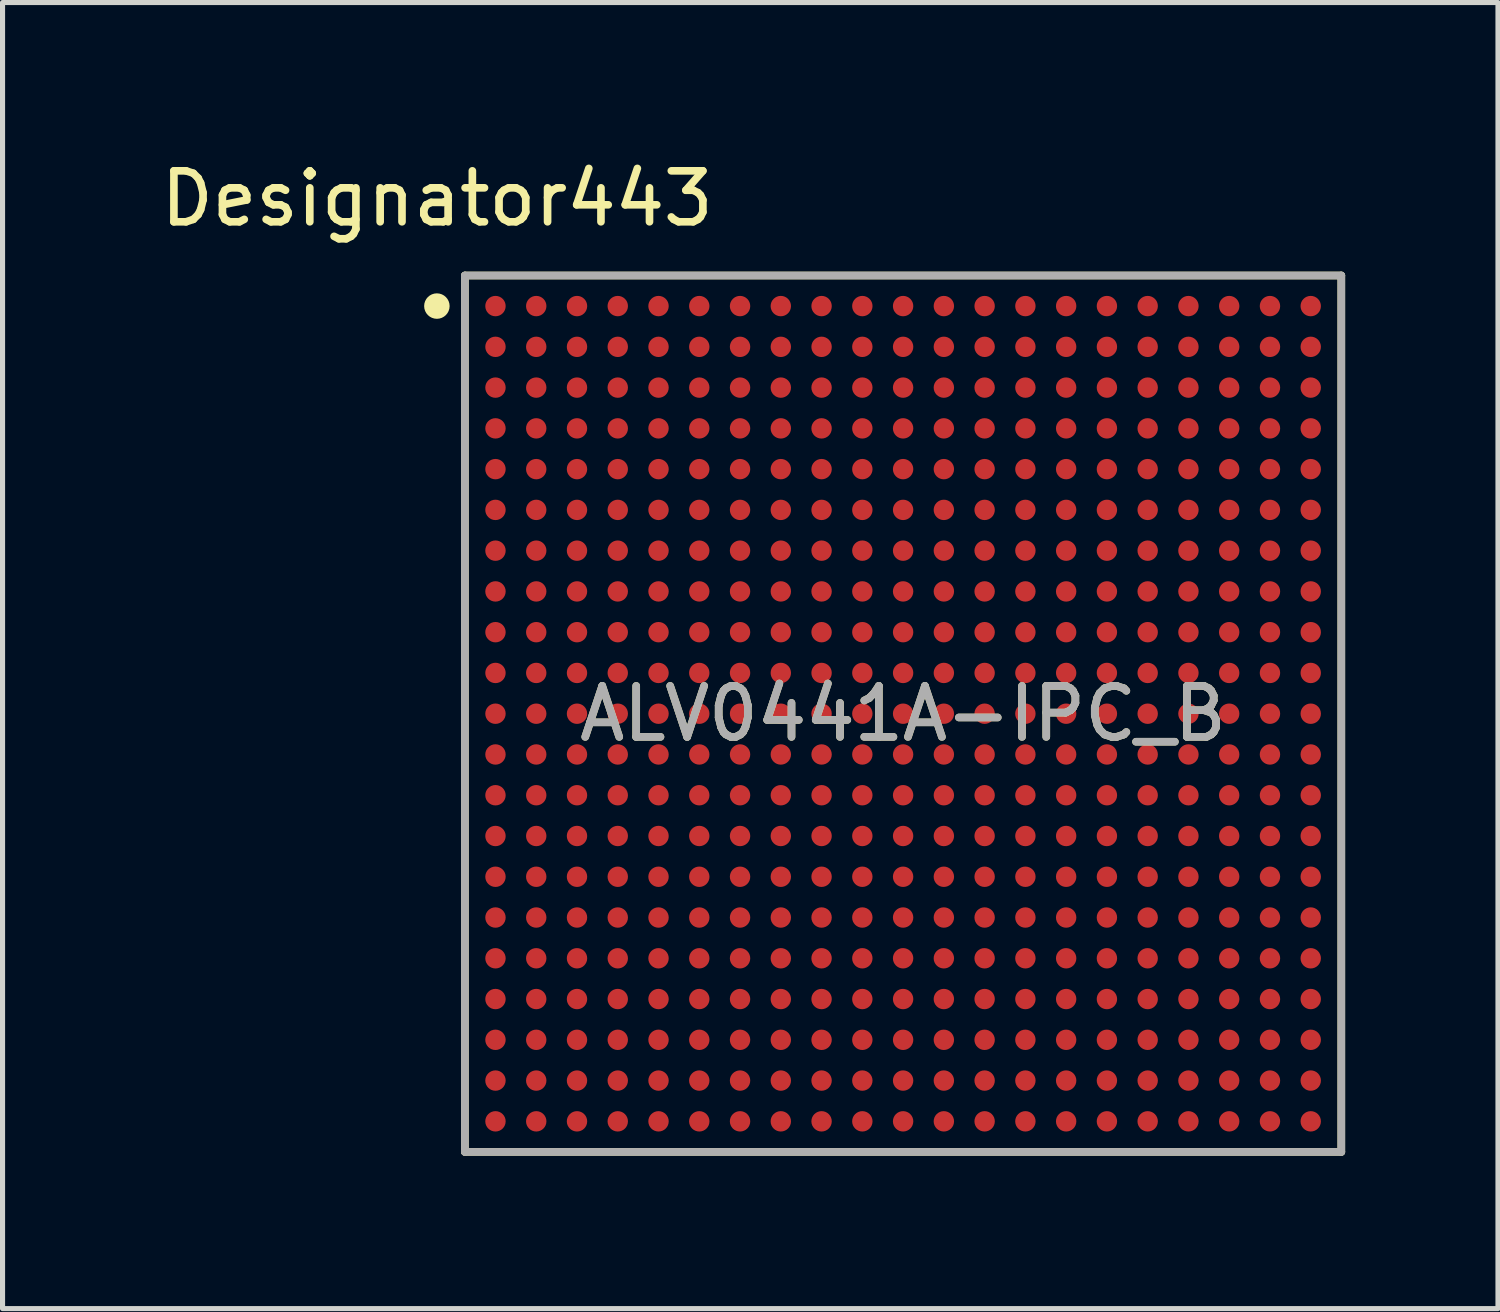
<source format=kicad_pcb>
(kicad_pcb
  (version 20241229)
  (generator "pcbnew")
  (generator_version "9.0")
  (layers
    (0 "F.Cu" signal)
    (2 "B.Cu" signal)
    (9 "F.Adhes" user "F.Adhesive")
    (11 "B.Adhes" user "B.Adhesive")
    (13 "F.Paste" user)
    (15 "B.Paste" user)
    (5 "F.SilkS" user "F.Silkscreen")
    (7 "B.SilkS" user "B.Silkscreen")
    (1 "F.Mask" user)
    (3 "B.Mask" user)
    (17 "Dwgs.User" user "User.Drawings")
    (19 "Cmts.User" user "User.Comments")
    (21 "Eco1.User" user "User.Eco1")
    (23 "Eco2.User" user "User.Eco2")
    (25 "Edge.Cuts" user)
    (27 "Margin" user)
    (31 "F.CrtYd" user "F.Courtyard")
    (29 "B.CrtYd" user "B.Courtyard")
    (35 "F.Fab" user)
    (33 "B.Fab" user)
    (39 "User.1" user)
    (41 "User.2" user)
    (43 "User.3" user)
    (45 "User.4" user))
  (footprint "ALV0441A-IPC_B"
    (layer "F.Cu")
    (at 14.674 10.957)
    (property "Reference" "ALV0441A-IPC_B" (at 0 0 0) (unlocked yes) (layer "F.SilkS") (effects (font (size 1 1) (thickness 0.15))))
    (attr smd)
    (fp_line (start -8.6 -8.6) (end 8.6 -8.6) (stroke (width 0.15) (type solid)) (layer "F.SilkS"))
    (fp_line (start -8.6 8.6) (end -8.6 -8.6) (stroke (width 0.15) (type solid)) (layer "F.SilkS"))
    (fp_line (start -8.6 8.6) (end 8.6 8.6) (stroke (width 0.15) (type solid)) (layer "F.SilkS"))
    (fp_line (start 8.6 8.6) (end 8.6 -8.6) (stroke (width 0.15) (type solid)) (layer "F.SilkS"))
    (fp_circle (center -9.15 -8) (end -9.025 -8) (stroke (width 0.25) (type solid)) (fill no) (layer "F.SilkS"))
    (fp_line (start -8.6 -8.6) (end 8.6 -8.6) (stroke (width 0.15) (type solid)) (layer "F.Fab"))
    (fp_line (start -8.6 8.6) (end -8.6 -8.6) (stroke (width 0.15) (type solid)) (layer "F.Fab"))
    (fp_line (start -8.6 8.6) (end 8.6 8.6) (stroke (width 0.15) (type solid)) (layer "F.Fab"))
    (fp_line (start 8.6 8.6) (end 8.6 -8.6) (stroke (width 0.15) (type solid)) (layer "F.Fab"))
    (fp_text user "Designator443" (at -9.144 -10.109 0) (unlocked yes) (layer "F.SilkS") (effects (font (size 1 1) (thickness 0.15))))
    (fp_text user "${REFERENCE}" (at 0 0 0) (unlocked yes) (layer "F.Fab") (effects (font (size 1 1) (thickness 0.15))))
    (pad "A1" smd circle (at -8 -8) (size 0.4 0.4) (layers "F.Cu" "F.Mask" "F.Paste"))
    (pad "A2" smd circle (at -7.2 -8) (size 0.4 0.4) (layers "F.Cu" "F.Mask" "F.Paste"))
    (pad "A3" smd circle (at -6.4 -8) (size 0.4 0.4) (layers "F.Cu" "F.Mask" "F.Paste"))
    (pad "A4" smd circle (at -5.6 -8) (size 0.4 0.4) (layers "F.Cu" "F.Mask" "F.Paste"))
    (pad "A5" smd circle (at -4.8 -8) (size 0.4 0.4) (layers "F.Cu" "F.Mask" "F.Paste"))
    (pad "A6" smd circle (at -4 -8) (size 0.4 0.4) (layers "F.Cu" "F.Mask" "F.Paste"))
    (pad "A7" smd circle (at -3.2 -8) (size 0.4 0.4) (layers "F.Cu" "F.Mask" "F.Paste"))
    (pad "A8" smd circle (at -2.4 -8) (size 0.4 0.4) (layers "F.Cu" "F.Mask" "F.Paste"))
    (pad "A9" smd circle (at -1.6 -8) (size 0.4 0.4) (layers "F.Cu" "F.Mask" "F.Paste"))
    (pad "A10" smd circle (at -0.8 -8) (size 0.4 0.4) (layers "F.Cu" "F.Mask" "F.Paste"))
    (pad "A11" smd circle (at 0 -8) (size 0.4 0.4) (layers "F.Cu" "F.Mask" "F.Paste"))
    (pad "A12" smd circle (at 0.8 -8) (size 0.4 0.4) (layers "F.Cu" "F.Mask" "F.Paste"))
    (pad "A13" smd circle (at 1.6 -8) (size 0.4 0.4) (layers "F.Cu" "F.Mask" "F.Paste"))
    (pad "A14" smd circle (at 2.4 -8) (size 0.4 0.4) (layers "F.Cu" "F.Mask" "F.Paste"))
    (pad "A15" smd circle (at 3.2 -8) (size 0.4 0.4) (layers "F.Cu" "F.Mask" "F.Paste"))
    (pad "A16" smd circle (at 4 -8) (size 0.4 0.4) (layers "F.Cu" "F.Mask" "F.Paste"))
    (pad "A17" smd circle (at 4.8 -8) (size 0.4 0.4) (layers "F.Cu" "F.Mask" "F.Paste"))
    (pad "A18" smd circle (at 5.6 -8) (size 0.4 0.4) (layers "F.Cu" "F.Mask" "F.Paste"))
    (pad "A19" smd circle (at 6.4 -8) (size 0.4 0.4) (layers "F.Cu" "F.Mask" "F.Paste"))
    (pad "A20" smd circle (at 7.2 -8) (size 0.4 0.4) (layers "F.Cu" "F.Mask" "F.Paste"))
    (pad "A21" smd circle (at 8 -8) (size 0.4 0.4) (layers "F.Cu" "F.Mask" "F.Paste"))
    (pad "AA1" smd circle (at -8 8) (size 0.4 0.4) (layers "F.Cu" "F.Mask" "F.Paste"))
    (pad "AA2" smd circle (at -7.2 8) (size 0.4 0.4) (layers "F.Cu" "F.Mask" "F.Paste"))
    (pad "AA3" smd circle (at -6.4 8) (size 0.4 0.4) (layers "F.Cu" "F.Mask" "F.Paste"))
    (pad "AA4" smd circle (at -5.6 8) (size 0.4 0.4) (layers "F.Cu" "F.Mask" "F.Paste"))
    (pad "AA5" smd circle (at -4.8 8) (size 0.4 0.4) (layers "F.Cu" "F.Mask" "F.Paste"))
    (pad "AA6" smd circle (at -4 8) (size 0.4 0.4) (layers "F.Cu" "F.Mask" "F.Paste"))
    (pad "AA7" smd circle (at -3.2 8) (size 0.4 0.4) (layers "F.Cu" "F.Mask" "F.Paste"))
    (pad "AA8" smd circle (at -2.4 8) (size 0.4 0.4) (layers "F.Cu" "F.Mask" "F.Paste"))
    (pad "AA9" smd circle (at -1.6 8) (size 0.4 0.4) (layers "F.Cu" "F.Mask" "F.Paste"))
    (pad "AA10" smd circle (at -0.8 8) (size 0.4 0.4) (layers "F.Cu" "F.Mask" "F.Paste"))
    (pad "AA11" smd circle (at 0 8) (size 0.4 0.4) (layers "F.Cu" "F.Mask" "F.Paste"))
    (pad "AA12" smd circle (at 0.8 8) (size 0.4 0.4) (layers "F.Cu" "F.Mask" "F.Paste"))
    (pad "AA13" smd circle (at 1.6 8) (size 0.4 0.4) (layers "F.Cu" "F.Mask" "F.Paste"))
    (pad "AA14" smd circle (at 2.4 8) (size 0.4 0.4) (layers "F.Cu" "F.Mask" "F.Paste"))
    (pad "AA15" smd circle (at 3.2 8) (size 0.4 0.4) (layers "F.Cu" "F.Mask" "F.Paste"))
    (pad "AA16" smd circle (at 4 8) (size 0.4 0.4) (layers "F.Cu" "F.Mask" "F.Paste"))
    (pad "AA17" smd circle (at 4.8 8) (size 0.4 0.4) (layers "F.Cu" "F.Mask" "F.Paste"))
    (pad "AA18" smd circle (at 5.6 8) (size 0.4 0.4) (layers "F.Cu" "F.Mask" "F.Paste"))
    (pad "AA19" smd circle (at 6.4 8) (size 0.4 0.4) (layers "F.Cu" "F.Mask" "F.Paste"))
    (pad "AA20" smd circle (at 7.2 8) (size 0.4 0.4) (layers "F.Cu" "F.Mask" "F.Paste"))
    (pad "AA21" smd circle (at 8 8) (size 0.4 0.4) (layers "F.Cu" "F.Mask" "F.Paste"))
    (pad "B1" smd circle (at -8 -7.2) (size 0.4 0.4) (layers "F.Cu" "F.Mask" "F.Paste"))
    (pad "B2" smd circle (at -7.2 -7.2) (size 0.4 0.4) (layers "F.Cu" "F.Mask" "F.Paste"))
    (pad "B3" smd circle (at -6.4 -7.2) (size 0.4 0.4) (layers "F.Cu" "F.Mask" "F.Paste"))
    (pad "B4" smd circle (at -5.6 -7.2) (size 0.4 0.4) (layers "F.Cu" "F.Mask" "F.Paste"))
    (pad "B5" smd circle (at -4.8 -7.2) (size 0.4 0.4) (layers "F.Cu" "F.Mask" "F.Paste"))
    (pad "B6" smd circle (at -4 -7.2) (size 0.4 0.4) (layers "F.Cu" "F.Mask" "F.Paste"))
    (pad "B7" smd circle (at -3.2 -7.2) (size 0.4 0.4) (layers "F.Cu" "F.Mask" "F.Paste"))
    (pad "B8" smd circle (at -2.4 -7.2) (size 0.4 0.4) (layers "F.Cu" "F.Mask" "F.Paste"))
    (pad "B9" smd circle (at -1.6 -7.2) (size 0.4 0.4) (layers "F.Cu" "F.Mask" "F.Paste"))
    (pad "B10" smd circle (at -0.8 -7.2) (size 0.4 0.4) (layers "F.Cu" "F.Mask" "F.Paste"))
    (pad "B11" smd circle (at 0 -7.2) (size 0.4 0.4) (layers "F.Cu" "F.Mask" "F.Paste"))
    (pad "B12" smd circle (at 0.8 -7.2) (size 0.4 0.4) (layers "F.Cu" "F.Mask" "F.Paste"))
    (pad "B13" smd circle (at 1.6 -7.2) (size 0.4 0.4) (layers "F.Cu" "F.Mask" "F.Paste"))
    (pad "B14" smd circle (at 2.4 -7.2) (size 0.4 0.4) (layers "F.Cu" "F.Mask" "F.Paste"))
    (pad "B15" smd circle (at 3.2 -7.2) (size 0.4 0.4) (layers "F.Cu" "F.Mask" "F.Paste"))
    (pad "B16" smd circle (at 4 -7.2) (size 0.4 0.4) (layers "F.Cu" "F.Mask" "F.Paste"))
    (pad "B17" smd circle (at 4.8 -7.2) (size 0.4 0.4) (layers "F.Cu" "F.Mask" "F.Paste"))
    (pad "B18" smd circle (at 5.6 -7.2) (size 0.4 0.4) (layers "F.Cu" "F.Mask" "F.Paste"))
    (pad "B19" smd circle (at 6.4 -7.2) (size 0.4 0.4) (layers "F.Cu" "F.Mask" "F.Paste"))
    (pad "B20" smd circle (at 7.2 -7.2) (size 0.4 0.4) (layers "F.Cu" "F.Mask" "F.Paste"))
    (pad "B21" smd circle (at 8 -7.2) (size 0.4 0.4) (layers "F.Cu" "F.Mask" "F.Paste"))
    (pad "C1" smd circle (at -8 -6.4) (size 0.4 0.4) (layers "F.Cu" "F.Mask" "F.Paste"))
    (pad "C2" smd circle (at -7.2 -6.4) (size 0.4 0.4) (layers "F.Cu" "F.Mask" "F.Paste"))
    (pad "C3" smd circle (at -6.4 -6.4) (size 0.4 0.4) (layers "F.Cu" "F.Mask" "F.Paste"))
    (pad "C4" smd circle (at -5.6 -6.4) (size 0.4 0.4) (layers "F.Cu" "F.Mask" "F.Paste"))
    (pad "C5" smd circle (at -4.8 -6.4) (size 0.4 0.4) (layers "F.Cu" "F.Mask" "F.Paste"))
    (pad "C6" smd circle (at -4 -6.4) (size 0.4 0.4) (layers "F.Cu" "F.Mask" "F.Paste"))
    (pad "C7" smd circle (at -3.2 -6.4) (size 0.4 0.4) (layers "F.Cu" "F.Mask" "F.Paste"))
    (pad "C8" smd circle (at -2.4 -6.4) (size 0.4 0.4) (layers "F.Cu" "F.Mask" "F.Paste"))
    (pad "C9" smd circle (at -1.6 -6.4) (size 0.4 0.4) (layers "F.Cu" "F.Mask" "F.Paste"))
    (pad "C10" smd circle (at -0.8 -6.4) (size 0.4 0.4) (layers "F.Cu" "F.Mask" "F.Paste"))
    (pad "C11" smd circle (at 0 -6.4) (size 0.4 0.4) (layers "F.Cu" "F.Mask" "F.Paste"))
    (pad "C12" smd circle (at 0.8 -6.4) (size 0.4 0.4) (layers "F.Cu" "F.Mask" "F.Paste"))
    (pad "C13" smd circle (at 1.6 -6.4) (size 0.4 0.4) (layers "F.Cu" "F.Mask" "F.Paste"))
    (pad "C14" smd circle (at 2.4 -6.4) (size 0.4 0.4) (layers "F.Cu" "F.Mask" "F.Paste"))
    (pad "C15" smd circle (at 3.2 -6.4) (size 0.4 0.4) (layers "F.Cu" "F.Mask" "F.Paste"))
    (pad "C16" smd circle (at 4 -6.4) (size 0.4 0.4) (layers "F.Cu" "F.Mask" "F.Paste"))
    (pad "C17" smd circle (at 4.8 -6.4) (size 0.4 0.4) (layers "F.Cu" "F.Mask" "F.Paste"))
    (pad "C18" smd circle (at 5.6 -6.4) (size 0.4 0.4) (layers "F.Cu" "F.Mask" "F.Paste"))
    (pad "C19" smd circle (at 6.4 -6.4) (size 0.4 0.4) (layers "F.Cu" "F.Mask" "F.Paste"))
    (pad "C20" smd circle (at 7.2 -6.4) (size 0.4 0.4) (layers "F.Cu" "F.Mask" "F.Paste"))
    (pad "C21" smd circle (at 8 -6.4) (size 0.4 0.4) (layers "F.Cu" "F.Mask" "F.Paste"))
    (pad "D1" smd circle (at -8 -5.6) (size 0.4 0.4) (layers "F.Cu" "F.Mask" "F.Paste"))
    (pad "D2" smd circle (at -7.2 -5.6) (size 0.4 0.4) (layers "F.Cu" "F.Mask" "F.Paste"))
    (pad "D3" smd circle (at -6.4 -5.6) (size 0.4 0.4) (layers "F.Cu" "F.Mask" "F.Paste"))
    (pad "D4" smd circle (at -5.6 -5.6) (size 0.4 0.4) (layers "F.Cu" "F.Mask" "F.Paste"))
    (pad "D5" smd circle (at -4.8 -5.6) (size 0.4 0.4) (layers "F.Cu" "F.Mask" "F.Paste"))
    (pad "D6" smd circle (at -4 -5.6) (size 0.4 0.4) (layers "F.Cu" "F.Mask" "F.Paste"))
    (pad "D7" smd circle (at -3.2 -5.6) (size 0.4 0.4) (layers "F.Cu" "F.Mask" "F.Paste"))
    (pad "D8" smd circle (at -2.4 -5.6) (size 0.4 0.4) (layers "F.Cu" "F.Mask" "F.Paste"))
    (pad "D9" smd circle (at -1.6 -5.6) (size 0.4 0.4) (layers "F.Cu" "F.Mask" "F.Paste"))
    (pad "D10" smd circle (at -0.8 -5.6) (size 0.4 0.4) (layers "F.Cu" "F.Mask" "F.Paste"))
    (pad "D11" smd circle (at 0 -5.6) (size 0.4 0.4) (layers "F.Cu" "F.Mask" "F.Paste"))
    (pad "D12" smd circle (at 0.8 -5.6) (size 0.4 0.4) (layers "F.Cu" "F.Mask" "F.Paste"))
    (pad "D13" smd circle (at 1.6 -5.6) (size 0.4 0.4) (layers "F.Cu" "F.Mask" "F.Paste"))
    (pad "D14" smd circle (at 2.4 -5.6) (size 0.4 0.4) (layers "F.Cu" "F.Mask" "F.Paste"))
    (pad "D15" smd circle (at 3.2 -5.6) (size 0.4 0.4) (layers "F.Cu" "F.Mask" "F.Paste"))
    (pad "D16" smd circle (at 4 -5.6) (size 0.4 0.4) (layers "F.Cu" "F.Mask" "F.Paste"))
    (pad "D17" smd circle (at 4.8 -5.6) (size 0.4 0.4) (layers "F.Cu" "F.Mask" "F.Paste"))
    (pad "D18" smd circle (at 5.6 -5.6) (size 0.4 0.4) (layers "F.Cu" "F.Mask" "F.Paste"))
    (pad "D19" smd circle (at 6.4 -5.6) (size 0.4 0.4) (layers "F.Cu" "F.Mask" "F.Paste"))
    (pad "D20" smd circle (at 7.2 -5.6) (size 0.4 0.4) (layers "F.Cu" "F.Mask" "F.Paste"))
    (pad "D21" smd circle (at 8 -5.6) (size 0.4 0.4) (layers "F.Cu" "F.Mask" "F.Paste"))
    (pad "E1" smd circle (at -8 -4.8) (size 0.4 0.4) (layers "F.Cu" "F.Mask" "F.Paste"))
    (pad "E2" smd circle (at -7.2 -4.8) (size 0.4 0.4) (layers "F.Cu" "F.Mask" "F.Paste"))
    (pad "E3" smd circle (at -6.4 -4.8) (size 0.4 0.4) (layers "F.Cu" "F.Mask" "F.Paste"))
    (pad "E4" smd circle (at -5.6 -4.8) (size 0.4 0.4) (layers "F.Cu" "F.Mask" "F.Paste"))
    (pad "E5" smd circle (at -4.8 -4.8) (size 0.4 0.4) (layers "F.Cu" "F.Mask" "F.Paste"))
    (pad "E6" smd circle (at -4 -4.8) (size 0.4 0.4) (layers "F.Cu" "F.Mask" "F.Paste"))
    (pad "E7" smd circle (at -3.2 -4.8) (size 0.4 0.4) (layers "F.Cu" "F.Mask" "F.Paste"))
    (pad "E8" smd circle (at -2.4 -4.8) (size 0.4 0.4) (layers "F.Cu" "F.Mask" "F.Paste"))
    (pad "E9" smd circle (at -1.6 -4.8) (size 0.4 0.4) (layers "F.Cu" "F.Mask" "F.Paste"))
    (pad "E10" smd circle (at -0.8 -4.8) (size 0.4 0.4) (layers "F.Cu" "F.Mask" "F.Paste"))
    (pad "E11" smd circle (at 0 -4.8) (size 0.4 0.4) (layers "F.Cu" "F.Mask" "F.Paste"))
    (pad "E12" smd circle (at 0.8 -4.8) (size 0.4 0.4) (layers "F.Cu" "F.Mask" "F.Paste"))
    (pad "E13" smd circle (at 1.6 -4.8) (size 0.4 0.4) (layers "F.Cu" "F.Mask" "F.Paste"))
    (pad "E14" smd circle (at 2.4 -4.8) (size 0.4 0.4) (layers "F.Cu" "F.Mask" "F.Paste"))
    (pad "E15" smd circle (at 3.2 -4.8) (size 0.4 0.4) (layers "F.Cu" "F.Mask" "F.Paste"))
    (pad "E16" smd circle (at 4 -4.8) (size 0.4 0.4) (layers "F.Cu" "F.Mask" "F.Paste"))
    (pad "E17" smd circle (at 4.8 -4.8) (size 0.4 0.4) (layers "F.Cu" "F.Mask" "F.Paste"))
    (pad "E18" smd circle (at 5.6 -4.8) (size 0.4 0.4) (layers "F.Cu" "F.Mask" "F.Paste"))
    (pad "E19" smd circle (at 6.4 -4.8) (size 0.4 0.4) (layers "F.Cu" "F.Mask" "F.Paste"))
    (pad "E20" smd circle (at 7.2 -4.8) (size 0.4 0.4) (layers "F.Cu" "F.Mask" "F.Paste"))
    (pad "E21" smd circle (at 8 -4.8) (size 0.4 0.4) (layers "F.Cu" "F.Mask" "F.Paste"))
    (pad "F1" smd circle (at -8 -4) (size 0.4 0.4) (layers "F.Cu" "F.Mask" "F.Paste"))
    (pad "F2" smd circle (at -7.2 -4) (size 0.4 0.4) (layers "F.Cu" "F.Mask" "F.Paste"))
    (pad "F3" smd circle (at -6.4 -4) (size 0.4 0.4) (layers "F.Cu" "F.Mask" "F.Paste"))
    (pad "F4" smd circle (at -5.6 -4) (size 0.4 0.4) (layers "F.Cu" "F.Mask" "F.Paste"))
    (pad "F5" smd circle (at -4.8 -4) (size 0.4 0.4) (layers "F.Cu" "F.Mask" "F.Paste"))
    (pad "F6" smd circle (at -4 -4) (size 0.4 0.4) (layers "F.Cu" "F.Mask" "F.Paste"))
    (pad "F7" smd circle (at -3.2 -4) (size 0.4 0.4) (layers "F.Cu" "F.Mask" "F.Paste"))
    (pad "F8" smd circle (at -2.4 -4) (size 0.4 0.4) (layers "F.Cu" "F.Mask" "F.Paste"))
    (pad "F9" smd circle (at -1.6 -4) (size 0.4 0.4) (layers "F.Cu" "F.Mask" "F.Paste"))
    (pad "F10" smd circle (at -0.8 -4) (size 0.4 0.4) (layers "F.Cu" "F.Mask" "F.Paste"))
    (pad "F11" smd circle (at 0 -4) (size 0.4 0.4) (layers "F.Cu" "F.Mask" "F.Paste"))
    (pad "F12" smd circle (at 0.8 -4) (size 0.4 0.4) (layers "F.Cu" "F.Mask" "F.Paste"))
    (pad "F13" smd circle (at 1.6 -4) (size 0.4 0.4) (layers "F.Cu" "F.Mask" "F.Paste"))
    (pad "F14" smd circle (at 2.4 -4) (size 0.4 0.4) (layers "F.Cu" "F.Mask" "F.Paste"))
    (pad "F15" smd circle (at 3.2 -4) (size 0.4 0.4) (layers "F.Cu" "F.Mask" "F.Paste"))
    (pad "F16" smd circle (at 4 -4) (size 0.4 0.4) (layers "F.Cu" "F.Mask" "F.Paste"))
    (pad "F17" smd circle (at 4.8 -4) (size 0.4 0.4) (layers "F.Cu" "F.Mask" "F.Paste"))
    (pad "F18" smd circle (at 5.6 -4) (size 0.4 0.4) (layers "F.Cu" "F.Mask" "F.Paste"))
    (pad "F19" smd circle (at 6.4 -4) (size 0.4 0.4) (layers "F.Cu" "F.Mask" "F.Paste"))
    (pad "F20" smd circle (at 7.2 -4) (size 0.4 0.4) (layers "F.Cu" "F.Mask" "F.Paste"))
    (pad "F21" smd circle (at 8 -4) (size 0.4 0.4) (layers "F.Cu" "F.Mask" "F.Paste"))
    (pad "G1" smd circle (at -8 -3.2) (size 0.4 0.4) (layers "F.Cu" "F.Mask" "F.Paste"))
    (pad "G2" smd circle (at -7.2 -3.2) (size 0.4 0.4) (layers "F.Cu" "F.Mask" "F.Paste"))
    (pad "G3" smd circle (at -6.4 -3.2) (size 0.4 0.4) (layers "F.Cu" "F.Mask" "F.Paste"))
    (pad "G4" smd circle (at -5.6 -3.2) (size 0.4 0.4) (layers "F.Cu" "F.Mask" "F.Paste"))
    (pad "G5" smd circle (at -4.8 -3.2) (size 0.4 0.4) (layers "F.Cu" "F.Mask" "F.Paste"))
    (pad "G6" smd circle (at -4 -3.2) (size 0.4 0.4) (layers "F.Cu" "F.Mask" "F.Paste"))
    (pad "G7" smd circle (at -3.2 -3.2) (size 0.4 0.4) (layers "F.Cu" "F.Mask" "F.Paste"))
    (pad "G8" smd circle (at -2.4 -3.2) (size 0.4 0.4) (layers "F.Cu" "F.Mask" "F.Paste"))
    (pad "G9" smd circle (at -1.6 -3.2) (size 0.4 0.4) (layers "F.Cu" "F.Mask" "F.Paste"))
    (pad "G10" smd circle (at -0.8 -3.2) (size 0.4 0.4) (layers "F.Cu" "F.Mask" "F.Paste"))
    (pad "G11" smd circle (at 0 -3.2) (size 0.4 0.4) (layers "F.Cu" "F.Mask" "F.Paste"))
    (pad "G12" smd circle (at 0.8 -3.2) (size 0.4 0.4) (layers "F.Cu" "F.Mask" "F.Paste"))
    (pad "G13" smd circle (at 1.6 -3.2) (size 0.4 0.4) (layers "F.Cu" "F.Mask" "F.Paste"))
    (pad "G14" smd circle (at 2.4 -3.2) (size 0.4 0.4) (layers "F.Cu" "F.Mask" "F.Paste"))
    (pad "G15" smd circle (at 3.2 -3.2) (size 0.4 0.4) (layers "F.Cu" "F.Mask" "F.Paste"))
    (pad "G16" smd circle (at 4 -3.2) (size 0.4 0.4) (layers "F.Cu" "F.Mask" "F.Paste"))
    (pad "G17" smd circle (at 4.8 -3.2) (size 0.4 0.4) (layers "F.Cu" "F.Mask" "F.Paste"))
    (pad "G18" smd circle (at 5.6 -3.2) (size 0.4 0.4) (layers "F.Cu" "F.Mask" "F.Paste"))
    (pad "G19" smd circle (at 6.4 -3.2) (size 0.4 0.4) (layers "F.Cu" "F.Mask" "F.Paste"))
    (pad "G20" smd circle (at 7.2 -3.2) (size 0.4 0.4) (layers "F.Cu" "F.Mask" "F.Paste"))
    (pad "G21" smd circle (at 8 -3.2) (size 0.4 0.4) (layers "F.Cu" "F.Mask" "F.Paste"))
    (pad "H1" smd circle (at -8 -2.4) (size 0.4 0.4) (layers "F.Cu" "F.Mask" "F.Paste"))
    (pad "H2" smd circle (at -7.2 -2.4) (size 0.4 0.4) (layers "F.Cu" "F.Mask" "F.Paste"))
    (pad "H3" smd circle (at -6.4 -2.4) (size 0.4 0.4) (layers "F.Cu" "F.Mask" "F.Paste"))
    (pad "H4" smd circle (at -5.6 -2.4) (size 0.4 0.4) (layers "F.Cu" "F.Mask" "F.Paste"))
    (pad "H5" smd circle (at -4.8 -2.4) (size 0.4 0.4) (layers "F.Cu" "F.Mask" "F.Paste"))
    (pad "H6" smd circle (at -4 -2.4) (size 0.4 0.4) (layers "F.Cu" "F.Mask" "F.Paste"))
    (pad "H7" smd circle (at -3.2 -2.4) (size 0.4 0.4) (layers "F.Cu" "F.Mask" "F.Paste"))
    (pad "H8" smd circle (at -2.4 -2.4) (size 0.4 0.4) (layers "F.Cu" "F.Mask" "F.Paste"))
    (pad "H9" smd circle (at -1.6 -2.4) (size 0.4 0.4) (layers "F.Cu" "F.Mask" "F.Paste"))
    (pad "H10" smd circle (at -0.8 -2.4) (size 0.4 0.4) (layers "F.Cu" "F.Mask" "F.Paste"))
    (pad "H11" smd circle (at 0 -2.4) (size 0.4 0.4) (layers "F.Cu" "F.Mask" "F.Paste"))
    (pad "H12" smd circle (at 0.8 -2.4) (size 0.4 0.4) (layers "F.Cu" "F.Mask" "F.Paste"))
    (pad "H13" smd circle (at 1.6 -2.4) (size 0.4 0.4) (layers "F.Cu" "F.Mask" "F.Paste"))
    (pad "H14" smd circle (at 2.4 -2.4) (size 0.4 0.4) (layers "F.Cu" "F.Mask" "F.Paste"))
    (pad "H15" smd circle (at 3.2 -2.4) (size 0.4 0.4) (layers "F.Cu" "F.Mask" "F.Paste"))
    (pad "H16" smd circle (at 4 -2.4) (size 0.4 0.4) (layers "F.Cu" "F.Mask" "F.Paste"))
    (pad "H17" smd circle (at 4.8 -2.4) (size 0.4 0.4) (layers "F.Cu" "F.Mask" "F.Paste"))
    (pad "H18" smd circle (at 5.6 -2.4) (size 0.4 0.4) (layers "F.Cu" "F.Mask" "F.Paste"))
    (pad "H19" smd circle (at 6.4 -2.4) (size 0.4 0.4) (layers "F.Cu" "F.Mask" "F.Paste"))
    (pad "H20" smd circle (at 7.2 -2.4) (size 0.4 0.4) (layers "F.Cu" "F.Mask" "F.Paste"))
    (pad "H21" smd circle (at 8 -2.4) (size 0.4 0.4) (layers "F.Cu" "F.Mask" "F.Paste"))
    (pad "J1" smd circle (at -8 -1.6) (size 0.4 0.4) (layers "F.Cu" "F.Mask" "F.Paste"))
    (pad "J2" smd circle (at -7.2 -1.6) (size 0.4 0.4) (layers "F.Cu" "F.Mask" "F.Paste"))
    (pad "J3" smd circle (at -6.4 -1.6) (size 0.4 0.4) (layers "F.Cu" "F.Mask" "F.Paste"))
    (pad "J4" smd circle (at -5.6 -1.6) (size 0.4 0.4) (layers "F.Cu" "F.Mask" "F.Paste"))
    (pad "J5" smd circle (at -4.8 -1.6) (size 0.4 0.4) (layers "F.Cu" "F.Mask" "F.Paste"))
    (pad "J6" smd circle (at -4 -1.6) (size 0.4 0.4) (layers "F.Cu" "F.Mask" "F.Paste"))
    (pad "J7" smd circle (at -3.2 -1.6) (size 0.4 0.4) (layers "F.Cu" "F.Mask" "F.Paste"))
    (pad "J8" smd circle (at -2.4 -1.6) (size 0.4 0.4) (layers "F.Cu" "F.Mask" "F.Paste"))
    (pad "J9" smd circle (at -1.6 -1.6) (size 0.4 0.4) (layers "F.Cu" "F.Mask" "F.Paste"))
    (pad "J10" smd circle (at -0.8 -1.6) (size 0.4 0.4) (layers "F.Cu" "F.Mask" "F.Paste"))
    (pad "J11" smd circle (at 0 -1.6) (size 0.4 0.4) (layers "F.Cu" "F.Mask" "F.Paste"))
    (pad "J12" smd circle (at 0.8 -1.6) (size 0.4 0.4) (layers "F.Cu" "F.Mask" "F.Paste"))
    (pad "J13" smd circle (at 1.6 -1.6) (size 0.4 0.4) (layers "F.Cu" "F.Mask" "F.Paste"))
    (pad "J14" smd circle (at 2.4 -1.6) (size 0.4 0.4) (layers "F.Cu" "F.Mask" "F.Paste"))
    (pad "J15" smd circle (at 3.2 -1.6) (size 0.4 0.4) (layers "F.Cu" "F.Mask" "F.Paste"))
    (pad "J16" smd circle (at 4 -1.6) (size 0.4 0.4) (layers "F.Cu" "F.Mask" "F.Paste"))
    (pad "J17" smd circle (at 4.8 -1.6) (size 0.4 0.4) (layers "F.Cu" "F.Mask" "F.Paste"))
    (pad "J18" smd circle (at 5.6 -1.6) (size 0.4 0.4) (layers "F.Cu" "F.Mask" "F.Paste"))
    (pad "J19" smd circle (at 6.4 -1.6) (size 0.4 0.4) (layers "F.Cu" "F.Mask" "F.Paste"))
    (pad "J20" smd circle (at 7.2 -1.6) (size 0.4 0.4) (layers "F.Cu" "F.Mask" "F.Paste"))
    (pad "J21" smd circle (at 8 -1.6) (size 0.4 0.4) (layers "F.Cu" "F.Mask" "F.Paste"))
    (pad "K1" smd circle (at -8 -0.8) (size 0.4 0.4) (layers "F.Cu" "F.Mask" "F.Paste"))
    (pad "K2" smd circle (at -7.2 -0.8) (size 0.4 0.4) (layers "F.Cu" "F.Mask" "F.Paste"))
    (pad "K3" smd circle (at -6.4 -0.8) (size 0.4 0.4) (layers "F.Cu" "F.Mask" "F.Paste"))
    (pad "K4" smd circle (at -5.6 -0.8) (size 0.4 0.4) (layers "F.Cu" "F.Mask" "F.Paste"))
    (pad "K5" smd circle (at -4.8 -0.8) (size 0.4 0.4) (layers "F.Cu" "F.Mask" "F.Paste"))
    (pad "K6" smd circle (at -4 -0.8) (size 0.4 0.4) (layers "F.Cu" "F.Mask" "F.Paste"))
    (pad "K7" smd circle (at -3.2 -0.8) (size 0.4 0.4) (layers "F.Cu" "F.Mask" "F.Paste"))
    (pad "K8" smd circle (at -2.4 -0.8) (size 0.4 0.4) (layers "F.Cu" "F.Mask" "F.Paste"))
    (pad "K9" smd circle (at -1.6 -0.8) (size 0.4 0.4) (layers "F.Cu" "F.Mask" "F.Paste"))
    (pad "K10" smd circle (at -0.8 -0.8) (size 0.4 0.4) (layers "F.Cu" "F.Mask" "F.Paste"))
    (pad "K11" smd circle (at 0 -0.8) (size 0.4 0.4) (layers "F.Cu" "F.Mask" "F.Paste"))
    (pad "K12" smd circle (at 0.8 -0.8) (size 0.4 0.4) (layers "F.Cu" "F.Mask" "F.Paste"))
    (pad "K13" smd circle (at 1.6 -0.8) (size 0.4 0.4) (layers "F.Cu" "F.Mask" "F.Paste"))
    (pad "K14" smd circle (at 2.4 -0.8) (size 0.4 0.4) (layers "F.Cu" "F.Mask" "F.Paste"))
    (pad "K15" smd circle (at 3.2 -0.8) (size 0.4 0.4) (layers "F.Cu" "F.Mask" "F.Paste"))
    (pad "K16" smd circle (at 4 -0.8) (size 0.4 0.4) (layers "F.Cu" "F.Mask" "F.Paste"))
    (pad "K17" smd circle (at 4.8 -0.8) (size 0.4 0.4) (layers "F.Cu" "F.Mask" "F.Paste"))
    (pad "K18" smd circle (at 5.6 -0.8) (size 0.4 0.4) (layers "F.Cu" "F.Mask" "F.Paste"))
    (pad "K19" smd circle (at 6.4 -0.8) (size 0.4 0.4) (layers "F.Cu" "F.Mask" "F.Paste"))
    (pad "K20" smd circle (at 7.2 -0.8) (size 0.4 0.4) (layers "F.Cu" "F.Mask" "F.Paste"))
    (pad "K21" smd circle (at 8 -0.8) (size 0.4 0.4) (layers "F.Cu" "F.Mask" "F.Paste"))
    (pad "L1" smd circle (at -8 0) (size 0.4 0.4) (layers "F.Cu" "F.Mask" "F.Paste"))
    (pad "L2" smd circle (at -7.2 0) (size 0.4 0.4) (layers "F.Cu" "F.Mask" "F.Paste"))
    (pad "L3" smd circle (at -6.4 0) (size 0.4 0.4) (layers "F.Cu" "F.Mask" "F.Paste"))
    (pad "L4" smd circle (at -5.6 0) (size 0.4 0.4) (layers "F.Cu" "F.Mask" "F.Paste"))
    (pad "L5" smd circle (at -4.8 0) (size 0.4 0.4) (layers "F.Cu" "F.Mask" "F.Paste"))
    (pad "L6" smd circle (at -4 0) (size 0.4 0.4) (layers "F.Cu" "F.Mask" "F.Paste"))
    (pad "L7" smd circle (at -3.2 0) (size 0.4 0.4) (layers "F.Cu" "F.Mask" "F.Paste"))
    (pad "L8" smd circle (at -2.4 0) (size 0.4 0.4) (layers "F.Cu" "F.Mask" "F.Paste"))
    (pad "L9" smd circle (at -1.6 0) (size 0.4 0.4) (layers "F.Cu" "F.Mask" "F.Paste"))
    (pad "L10" smd circle (at -0.8 0) (size 0.4 0.4) (layers "F.Cu" "F.Mask" "F.Paste"))
    (pad "L11" smd circle (at 0 0) (size 0.4 0.4) (layers "F.Cu" "F.Mask" "F.Paste"))
    (pad "L12" smd circle (at 0.8 0) (size 0.4 0.4) (layers "F.Cu" "F.Mask" "F.Paste"))
    (pad "L13" smd circle (at 1.6 0) (size 0.4 0.4) (layers "F.Cu" "F.Mask" "F.Paste"))
    (pad "L14" smd circle (at 2.4 0) (size 0.4 0.4) (layers "F.Cu" "F.Mask" "F.Paste"))
    (pad "L15" smd circle (at 3.2 0) (size 0.4 0.4) (layers "F.Cu" "F.Mask" "F.Paste"))
    (pad "L16" smd circle (at 4 0) (size 0.4 0.4) (layers "F.Cu" "F.Mask" "F.Paste"))
    (pad "L17" smd circle (at 4.8 0) (size 0.4 0.4) (layers "F.Cu" "F.Mask" "F.Paste"))
    (pad "L18" smd circle (at 5.6 0) (size 0.4 0.4) (layers "F.Cu" "F.Mask" "F.Paste"))
    (pad "L19" smd circle (at 6.4 0) (size 0.4 0.4) (layers "F.Cu" "F.Mask" "F.Paste"))
    (pad "L20" smd circle (at 7.2 0) (size 0.4 0.4) (layers "F.Cu" "F.Mask" "F.Paste"))
    (pad "L21" smd circle (at 8 0) (size 0.4 0.4) (layers "F.Cu" "F.Mask" "F.Paste"))
    (pad "M1" smd circle (at -8 0.8) (size 0.4 0.4) (layers "F.Cu" "F.Mask" "F.Paste"))
    (pad "M2" smd circle (at -7.2 0.8) (size 0.4 0.4) (layers "F.Cu" "F.Mask" "F.Paste"))
    (pad "M3" smd circle (at -6.4 0.8) (size 0.4 0.4) (layers "F.Cu" "F.Mask" "F.Paste"))
    (pad "M4" smd circle (at -5.6 0.8) (size 0.4 0.4) (layers "F.Cu" "F.Mask" "F.Paste"))
    (pad "M5" smd circle (at -4.8 0.8) (size 0.4 0.4) (layers "F.Cu" "F.Mask" "F.Paste"))
    (pad "M6" smd circle (at -4 0.8) (size 0.4 0.4) (layers "F.Cu" "F.Mask" "F.Paste"))
    (pad "M7" smd circle (at -3.2 0.8) (size 0.4 0.4) (layers "F.Cu" "F.Mask" "F.Paste"))
    (pad "M8" smd circle (at -2.4 0.8) (size 0.4 0.4) (layers "F.Cu" "F.Mask" "F.Paste"))
    (pad "M9" smd circle (at -1.6 0.8) (size 0.4 0.4) (layers "F.Cu" "F.Mask" "F.Paste"))
    (pad "M10" smd circle (at -0.8 0.8) (size 0.4 0.4) (layers "F.Cu" "F.Mask" "F.Paste"))
    (pad "M11" smd circle (at 0 0.8) (size 0.4 0.4) (layers "F.Cu" "F.Mask" "F.Paste"))
    (pad "M12" smd circle (at 0.8 0.8) (size 0.4 0.4) (layers "F.Cu" "F.Mask" "F.Paste"))
    (pad "M13" smd circle (at 1.6 0.8) (size 0.4 0.4) (layers "F.Cu" "F.Mask" "F.Paste"))
    (pad "M14" smd circle (at 2.4 0.8) (size 0.4 0.4) (layers "F.Cu" "F.Mask" "F.Paste"))
    (pad "M15" smd circle (at 3.2 0.8) (size 0.4 0.4) (layers "F.Cu" "F.Mask" "F.Paste"))
    (pad "M16" smd circle (at 4 0.8) (size 0.4 0.4) (layers "F.Cu" "F.Mask" "F.Paste"))
    (pad "M17" smd circle (at 4.8 0.8) (size 0.4 0.4) (layers "F.Cu" "F.Mask" "F.Paste"))
    (pad "M18" smd circle (at 5.6 0.8) (size 0.4 0.4) (layers "F.Cu" "F.Mask" "F.Paste"))
    (pad "M19" smd circle (at 6.4 0.8) (size 0.4 0.4) (layers "F.Cu" "F.Mask" "F.Paste"))
    (pad "M20" smd circle (at 7.2 0.8) (size 0.4 0.4) (layers "F.Cu" "F.Mask" "F.Paste"))
    (pad "M21" smd circle (at 8 0.8) (size 0.4 0.4) (layers "F.Cu" "F.Mask" "F.Paste"))
    (pad "N1" smd circle (at -8 1.6) (size 0.4 0.4) (layers "F.Cu" "F.Mask" "F.Paste"))
    (pad "N2" smd circle (at -7.2 1.6) (size 0.4 0.4) (layers "F.Cu" "F.Mask" "F.Paste"))
    (pad "N3" smd circle (at -6.4 1.6) (size 0.4 0.4) (layers "F.Cu" "F.Mask" "F.Paste"))
    (pad "N4" smd circle (at -5.6 1.6) (size 0.4 0.4) (layers "F.Cu" "F.Mask" "F.Paste"))
    (pad "N5" smd circle (at -4.8 1.6) (size 0.4 0.4) (layers "F.Cu" "F.Mask" "F.Paste"))
    (pad "N6" smd circle (at -4 1.6) (size 0.4 0.4) (layers "F.Cu" "F.Mask" "F.Paste"))
    (pad "N7" smd circle (at -3.2 1.6) (size 0.4 0.4) (layers "F.Cu" "F.Mask" "F.Paste"))
    (pad "N8" smd circle (at -2.4 1.6) (size 0.4 0.4) (layers "F.Cu" "F.Mask" "F.Paste"))
    (pad "N9" smd circle (at -1.6 1.6) (size 0.4 0.4) (layers "F.Cu" "F.Mask" "F.Paste"))
    (pad "N10" smd circle (at -0.8 1.6) (size 0.4 0.4) (layers "F.Cu" "F.Mask" "F.Paste"))
    (pad "N11" smd circle (at 0 1.6) (size 0.4 0.4) (layers "F.Cu" "F.Mask" "F.Paste"))
    (pad "N12" smd circle (at 0.8 1.6) (size 0.4 0.4) (layers "F.Cu" "F.Mask" "F.Paste"))
    (pad "N13" smd circle (at 1.6 1.6) (size 0.4 0.4) (layers "F.Cu" "F.Mask" "F.Paste"))
    (pad "N14" smd circle (at 2.4 1.6) (size 0.4 0.4) (layers "F.Cu" "F.Mask" "F.Paste"))
    (pad "N15" smd circle (at 3.2 1.6) (size 0.4 0.4) (layers "F.Cu" "F.Mask" "F.Paste"))
    (pad "N16" smd circle (at 4 1.6) (size 0.4 0.4) (layers "F.Cu" "F.Mask" "F.Paste"))
    (pad "N17" smd circle (at 4.8 1.6) (size 0.4 0.4) (layers "F.Cu" "F.Mask" "F.Paste"))
    (pad "N18" smd circle (at 5.6 1.6) (size 0.4 0.4) (layers "F.Cu" "F.Mask" "F.Paste"))
    (pad "N19" smd circle (at 6.4 1.6) (size 0.4 0.4) (layers "F.Cu" "F.Mask" "F.Paste"))
    (pad "N20" smd circle (at 7.2 1.6) (size 0.4 0.4) (layers "F.Cu" "F.Mask" "F.Paste"))
    (pad "N21" smd circle (at 8 1.6) (size 0.4 0.4) (layers "F.Cu" "F.Mask" "F.Paste"))
    (pad "P1" smd circle (at -8 2.4) (size 0.4 0.4) (layers "F.Cu" "F.Mask" "F.Paste"))
    (pad "P2" smd circle (at -7.2 2.4) (size 0.4 0.4) (layers "F.Cu" "F.Mask" "F.Paste"))
    (pad "P3" smd circle (at -6.4 2.4) (size 0.4 0.4) (layers "F.Cu" "F.Mask" "F.Paste"))
    (pad "P4" smd circle (at -5.6 2.4) (size 0.4 0.4) (layers "F.Cu" "F.Mask" "F.Paste"))
    (pad "P5" smd circle (at -4.8 2.4) (size 0.4 0.4) (layers "F.Cu" "F.Mask" "F.Paste"))
    (pad "P6" smd circle (at -4 2.4) (size 0.4 0.4) (layers "F.Cu" "F.Mask" "F.Paste"))
    (pad "P7" smd circle (at -3.2 2.4) (size 0.4 0.4) (layers "F.Cu" "F.Mask" "F.Paste"))
    (pad "P8" smd circle (at -2.4 2.4) (size 0.4 0.4) (layers "F.Cu" "F.Mask" "F.Paste"))
    (pad "P9" smd circle (at -1.6 2.4) (size 0.4 0.4) (layers "F.Cu" "F.Mask" "F.Paste"))
    (pad "P10" smd circle (at -0.8 2.4) (size 0.4 0.4) (layers "F.Cu" "F.Mask" "F.Paste"))
    (pad "P11" smd circle (at 0 2.4) (size 0.4 0.4) (layers "F.Cu" "F.Mask" "F.Paste"))
    (pad "P12" smd circle (at 0.8 2.4) (size 0.4 0.4) (layers "F.Cu" "F.Mask" "F.Paste"))
    (pad "P13" smd circle (at 1.6 2.4) (size 0.4 0.4) (layers "F.Cu" "F.Mask" "F.Paste"))
    (pad "P14" smd circle (at 2.4 2.4) (size 0.4 0.4) (layers "F.Cu" "F.Mask" "F.Paste"))
    (pad "P15" smd circle (at 3.2 2.4) (size 0.4 0.4) (layers "F.Cu" "F.Mask" "F.Paste"))
    (pad "P16" smd circle (at 4 2.4) (size 0.4 0.4) (layers "F.Cu" "F.Mask" "F.Paste"))
    (pad "P17" smd circle (at 4.8 2.4) (size 0.4 0.4) (layers "F.Cu" "F.Mask" "F.Paste"))
    (pad "P18" smd circle (at 5.6 2.4) (size 0.4 0.4) (layers "F.Cu" "F.Mask" "F.Paste"))
    (pad "P19" smd circle (at 6.4 2.4) (size 0.4 0.4) (layers "F.Cu" "F.Mask" "F.Paste"))
    (pad "P20" smd circle (at 7.2 2.4) (size 0.4 0.4) (layers "F.Cu" "F.Mask" "F.Paste"))
    (pad "P21" smd circle (at 8 2.4) (size 0.4 0.4) (layers "F.Cu" "F.Mask" "F.Paste"))
    (pad "R1" smd circle (at -8 3.2) (size 0.4 0.4) (layers "F.Cu" "F.Mask" "F.Paste"))
    (pad "R2" smd circle (at -7.2 3.2) (size 0.4 0.4) (layers "F.Cu" "F.Mask" "F.Paste"))
    (pad "R3" smd circle (at -6.4 3.2) (size 0.4 0.4) (layers "F.Cu" "F.Mask" "F.Paste"))
    (pad "R4" smd circle (at -5.6 3.2) (size 0.4 0.4) (layers "F.Cu" "F.Mask" "F.Paste"))
    (pad "R5" smd circle (at -4.8 3.2) (size 0.4 0.4) (layers "F.Cu" "F.Mask" "F.Paste"))
    (pad "R6" smd circle (at -4 3.2) (size 0.4 0.4) (layers "F.Cu" "F.Mask" "F.Paste"))
    (pad "R7" smd circle (at -3.2 3.2) (size 0.4 0.4) (layers "F.Cu" "F.Mask" "F.Paste"))
    (pad "R8" smd circle (at -2.4 3.2) (size 0.4 0.4) (layers "F.Cu" "F.Mask" "F.Paste"))
    (pad "R9" smd circle (at -1.6 3.2) (size 0.4 0.4) (layers "F.Cu" "F.Mask" "F.Paste"))
    (pad "R10" smd circle (at -0.8 3.2) (size 0.4 0.4) (layers "F.Cu" "F.Mask" "F.Paste"))
    (pad "R11" smd circle (at 0 3.2) (size 0.4 0.4) (layers "F.Cu" "F.Mask" "F.Paste"))
    (pad "R12" smd circle (at 0.8 3.2) (size 0.4 0.4) (layers "F.Cu" "F.Mask" "F.Paste"))
    (pad "R13" smd circle (at 1.6 3.2) (size 0.4 0.4) (layers "F.Cu" "F.Mask" "F.Paste"))
    (pad "R14" smd circle (at 2.4 3.2) (size 0.4 0.4) (layers "F.Cu" "F.Mask" "F.Paste"))
    (pad "R15" smd circle (at 3.2 3.2) (size 0.4 0.4) (layers "F.Cu" "F.Mask" "F.Paste"))
    (pad "R16" smd circle (at 4 3.2) (size 0.4 0.4) (layers "F.Cu" "F.Mask" "F.Paste"))
    (pad "R17" smd circle (at 4.8 3.2) (size 0.4 0.4) (layers "F.Cu" "F.Mask" "F.Paste"))
    (pad "R18" smd circle (at 5.6 3.2) (size 0.4 0.4) (layers "F.Cu" "F.Mask" "F.Paste"))
    (pad "R19" smd circle (at 6.4 3.2) (size 0.4 0.4) (layers "F.Cu" "F.Mask" "F.Paste"))
    (pad "R20" smd circle (at 7.2 3.2) (size 0.4 0.4) (layers "F.Cu" "F.Mask" "F.Paste"))
    (pad "R21" smd circle (at 8 3.2) (size 0.4 0.4) (layers "F.Cu" "F.Mask" "F.Paste"))
    (pad "T1" smd circle (at -8 4) (size 0.4 0.4) (layers "F.Cu" "F.Mask" "F.Paste"))
    (pad "T2" smd circle (at -7.2 4) (size 0.4 0.4) (layers "F.Cu" "F.Mask" "F.Paste"))
    (pad "T3" smd circle (at -6.4 4) (size 0.4 0.4) (layers "F.Cu" "F.Mask" "F.Paste"))
    (pad "T4" smd circle (at -5.6 4) (size 0.4 0.4) (layers "F.Cu" "F.Mask" "F.Paste"))
    (pad "T5" smd circle (at -4.8 4) (size 0.4 0.4) (layers "F.Cu" "F.Mask" "F.Paste"))
    (pad "T6" smd circle (at -4 4) (size 0.4 0.4) (layers "F.Cu" "F.Mask" "F.Paste"))
    (pad "T7" smd circle (at -3.2 4) (size 0.4 0.4) (layers "F.Cu" "F.Mask" "F.Paste"))
    (pad "T8" smd circle (at -2.4 4) (size 0.4 0.4) (layers "F.Cu" "F.Mask" "F.Paste"))
    (pad "T9" smd circle (at -1.6 4) (size 0.4 0.4) (layers "F.Cu" "F.Mask" "F.Paste"))
    (pad "T10" smd circle (at -0.8 4) (size 0.4 0.4) (layers "F.Cu" "F.Mask" "F.Paste"))
    (pad "T11" smd circle (at 0 4) (size 0.4 0.4) (layers "F.Cu" "F.Mask" "F.Paste"))
    (pad "T12" smd circle (at 0.8 4) (size 0.4 0.4) (layers "F.Cu" "F.Mask" "F.Paste"))
    (pad "T13" smd circle (at 1.6 4) (size 0.4 0.4) (layers "F.Cu" "F.Mask" "F.Paste"))
    (pad "T14" smd circle (at 2.4 4) (size 0.4 0.4) (layers "F.Cu" "F.Mask" "F.Paste"))
    (pad "T15" smd circle (at 3.2 4) (size 0.4 0.4) (layers "F.Cu" "F.Mask" "F.Paste"))
    (pad "T16" smd circle (at 4 4) (size 0.4 0.4) (layers "F.Cu" "F.Mask" "F.Paste"))
    (pad "T17" smd circle (at 4.8 4) (size 0.4 0.4) (layers "F.Cu" "F.Mask" "F.Paste"))
    (pad "T18" smd circle (at 5.6 4) (size 0.4 0.4) (layers "F.Cu" "F.Mask" "F.Paste"))
    (pad "T19" smd circle (at 6.4 4) (size 0.4 0.4) (layers "F.Cu" "F.Mask" "F.Paste"))
    (pad "T20" smd circle (at 7.2 4) (size 0.4 0.4) (layers "F.Cu" "F.Mask" "F.Paste"))
    (pad "T21" smd circle (at 8 4) (size 0.4 0.4) (layers "F.Cu" "F.Mask" "F.Paste"))
    (pad "U1" smd circle (at -8 4.8) (size 0.4 0.4) (layers "F.Cu" "F.Mask" "F.Paste"))
    (pad "U2" smd circle (at -7.2 4.8) (size 0.4 0.4) (layers "F.Cu" "F.Mask" "F.Paste"))
    (pad "U3" smd circle (at -6.4 4.8) (size 0.4 0.4) (layers "F.Cu" "F.Mask" "F.Paste"))
    (pad "U4" smd circle (at -5.6 4.8) (size 0.4 0.4) (layers "F.Cu" "F.Mask" "F.Paste"))
    (pad "U5" smd circle (at -4.8 4.8) (size 0.4 0.4) (layers "F.Cu" "F.Mask" "F.Paste"))
    (pad "U6" smd circle (at -4 4.8) (size 0.4 0.4) (layers "F.Cu" "F.Mask" "F.Paste"))
    (pad "U7" smd circle (at -3.2 4.8) (size 0.4 0.4) (layers "F.Cu" "F.Mask" "F.Paste"))
    (pad "U8" smd circle (at -2.4 4.8) (size 0.4 0.4) (layers "F.Cu" "F.Mask" "F.Paste"))
    (pad "U9" smd circle (at -1.6 4.8) (size 0.4 0.4) (layers "F.Cu" "F.Mask" "F.Paste"))
    (pad "U10" smd circle (at -0.8 4.8) (size 0.4 0.4) (layers "F.Cu" "F.Mask" "F.Paste"))
    (pad "U11" smd circle (at 0 4.8) (size 0.4 0.4) (layers "F.Cu" "F.Mask" "F.Paste"))
    (pad "U12" smd circle (at 0.8 4.8) (size 0.4 0.4) (layers "F.Cu" "F.Mask" "F.Paste"))
    (pad "U13" smd circle (at 1.6 4.8) (size 0.4 0.4) (layers "F.Cu" "F.Mask" "F.Paste"))
    (pad "U14" smd circle (at 2.4 4.8) (size 0.4 0.4) (layers "F.Cu" "F.Mask" "F.Paste"))
    (pad "U15" smd circle (at 3.2 4.8) (size 0.4 0.4) (layers "F.Cu" "F.Mask" "F.Paste"))
    (pad "U16" smd circle (at 4 4.8) (size 0.4 0.4) (layers "F.Cu" "F.Mask" "F.Paste"))
    (pad "U17" smd circle (at 4.8 4.8) (size 0.4 0.4) (layers "F.Cu" "F.Mask" "F.Paste"))
    (pad "U18" smd circle (at 5.6 4.8) (size 0.4 0.4) (layers "F.Cu" "F.Mask" "F.Paste"))
    (pad "U19" smd circle (at 6.4 4.8) (size 0.4 0.4) (layers "F.Cu" "F.Mask" "F.Paste"))
    (pad "U20" smd circle (at 7.2 4.8) (size 0.4 0.4) (layers "F.Cu" "F.Mask" "F.Paste"))
    (pad "U21" smd circle (at 8 4.8) (size 0.4 0.4) (layers "F.Cu" "F.Mask" "F.Paste"))
    (pad "V1" smd circle (at -8 5.6) (size 0.4 0.4) (layers "F.Cu" "F.Mask" "F.Paste"))
    (pad "V2" smd circle (at -7.2 5.6) (size 0.4 0.4) (layers "F.Cu" "F.Mask" "F.Paste"))
    (pad "V3" smd circle (at -6.4 5.6) (size 0.4 0.4) (layers "F.Cu" "F.Mask" "F.Paste"))
    (pad "V4" smd circle (at -5.6 5.6) (size 0.4 0.4) (layers "F.Cu" "F.Mask" "F.Paste"))
    (pad "V5" smd circle (at -4.8 5.6) (size 0.4 0.4) (layers "F.Cu" "F.Mask" "F.Paste"))
    (pad "V6" smd circle (at -4 5.6) (size 0.4 0.4) (layers "F.Cu" "F.Mask" "F.Paste"))
    (pad "V7" smd circle (at -3.2 5.6) (size 0.4 0.4) (layers "F.Cu" "F.Mask" "F.Paste"))
    (pad "V8" smd circle (at -2.4 5.6) (size 0.4 0.4) (layers "F.Cu" "F.Mask" "F.Paste"))
    (pad "V9" smd circle (at -1.6 5.6) (size 0.4 0.4) (layers "F.Cu" "F.Mask" "F.Paste"))
    (pad "V10" smd circle (at -0.8 5.6) (size 0.4 0.4) (layers "F.Cu" "F.Mask" "F.Paste"))
    (pad "V11" smd circle (at 0 5.6) (size 0.4 0.4) (layers "F.Cu" "F.Mask" "F.Paste"))
    (pad "V12" smd circle (at 0.8 5.6) (size 0.4 0.4) (layers "F.Cu" "F.Mask" "F.Paste"))
    (pad "V13" smd circle (at 1.6 5.6) (size 0.4 0.4) (layers "F.Cu" "F.Mask" "F.Paste"))
    (pad "V14" smd circle (at 2.4 5.6) (size 0.4 0.4) (layers "F.Cu" "F.Mask" "F.Paste"))
    (pad "V15" smd circle (at 3.2 5.6) (size 0.4 0.4) (layers "F.Cu" "F.Mask" "F.Paste"))
    (pad "V16" smd circle (at 4 5.6) (size 0.4 0.4) (layers "F.Cu" "F.Mask" "F.Paste"))
    (pad "V17" smd circle (at 4.8 5.6) (size 0.4 0.4) (layers "F.Cu" "F.Mask" "F.Paste"))
    (pad "V18" smd circle (at 5.6 5.6) (size 0.4 0.4) (layers "F.Cu" "F.Mask" "F.Paste"))
    (pad "V19" smd circle (at 6.4 5.6) (size 0.4 0.4) (layers "F.Cu" "F.Mask" "F.Paste"))
    (pad "V20" smd circle (at 7.2 5.6) (size 0.4 0.4) (layers "F.Cu" "F.Mask" "F.Paste"))
    (pad "V21" smd circle (at 8 5.6) (size 0.4 0.4) (layers "F.Cu" "F.Mask" "F.Paste"))
    (pad "W1" smd circle (at -8 6.4) (size 0.4 0.4) (layers "F.Cu" "F.Mask" "F.Paste"))
    (pad "W2" smd circle (at -7.2 6.4) (size 0.4 0.4) (layers "F.Cu" "F.Mask" "F.Paste"))
    (pad "W3" smd circle (at -6.4 6.4) (size 0.4 0.4) (layers "F.Cu" "F.Mask" "F.Paste"))
    (pad "W4" smd circle (at -5.6 6.4) (size 0.4 0.4) (layers "F.Cu" "F.Mask" "F.Paste"))
    (pad "W5" smd circle (at -4.8 6.4) (size 0.4 0.4) (layers "F.Cu" "F.Mask" "F.Paste"))
    (pad "W6" smd circle (at -4 6.4) (size 0.4 0.4) (layers "F.Cu" "F.Mask" "F.Paste"))
    (pad "W7" smd circle (at -3.2 6.4) (size 0.4 0.4) (layers "F.Cu" "F.Mask" "F.Paste"))
    (pad "W8" smd circle (at -2.4 6.4) (size 0.4 0.4) (layers "F.Cu" "F.Mask" "F.Paste"))
    (pad "W9" smd circle (at -1.6 6.4) (size 0.4 0.4) (layers "F.Cu" "F.Mask" "F.Paste"))
    (pad "W10" smd circle (at -0.8 6.4) (size 0.4 0.4) (layers "F.Cu" "F.Mask" "F.Paste"))
    (pad "W11" smd circle (at 0 6.4) (size 0.4 0.4) (layers "F.Cu" "F.Mask" "F.Paste"))
    (pad "W12" smd circle (at 0.8 6.4) (size 0.4 0.4) (layers "F.Cu" "F.Mask" "F.Paste"))
    (pad "W13" smd circle (at 1.6 6.4) (size 0.4 0.4) (layers "F.Cu" "F.Mask" "F.Paste"))
    (pad "W14" smd circle (at 2.4 6.4) (size 0.4 0.4) (layers "F.Cu" "F.Mask" "F.Paste"))
    (pad "W15" smd circle (at 3.2 6.4) (size 0.4 0.4) (layers "F.Cu" "F.Mask" "F.Paste"))
    (pad "W16" smd circle (at 4 6.4) (size 0.4 0.4) (layers "F.Cu" "F.Mask" "F.Paste"))
    (pad "W17" smd circle (at 4.8 6.4) (size 0.4 0.4) (layers "F.Cu" "F.Mask" "F.Paste"))
    (pad "W18" smd circle (at 5.6 6.4) (size 0.4 0.4) (layers "F.Cu" "F.Mask" "F.Paste"))
    (pad "W19" smd circle (at 6.4 6.4) (size 0.4 0.4) (layers "F.Cu" "F.Mask" "F.Paste"))
    (pad "W20" smd circle (at 7.2 6.4) (size 0.4 0.4) (layers "F.Cu" "F.Mask" "F.Paste"))
    (pad "W21" smd circle (at 8 6.4) (size 0.4 0.4) (layers "F.Cu" "F.Mask" "F.Paste"))
    (pad "Y1" smd circle (at -8 7.2) (size 0.4 0.4) (layers "F.Cu" "F.Mask" "F.Paste"))
    (pad "Y2" smd circle (at -7.2 7.2) (size 0.4 0.4) (layers "F.Cu" "F.Mask" "F.Paste"))
    (pad "Y3" smd circle (at -6.4 7.2) (size 0.4 0.4) (layers "F.Cu" "F.Mask" "F.Paste"))
    (pad "Y4" smd circle (at -5.6 7.2) (size 0.4 0.4) (layers "F.Cu" "F.Mask" "F.Paste"))
    (pad "Y5" smd circle (at -4.8 7.2) (size 0.4 0.4) (layers "F.Cu" "F.Mask" "F.Paste"))
    (pad "Y6" smd circle (at -4 7.2) (size 0.4 0.4) (layers "F.Cu" "F.Mask" "F.Paste"))
    (pad "Y7" smd circle (at -3.2 7.2) (size 0.4 0.4) (layers "F.Cu" "F.Mask" "F.Paste"))
    (pad "Y8" smd circle (at -2.4 7.2) (size 0.4 0.4) (layers "F.Cu" "F.Mask" "F.Paste"))
    (pad "Y9" smd circle (at -1.6 7.2) (size 0.4 0.4) (layers "F.Cu" "F.Mask" "F.Paste"))
    (pad "Y10" smd circle (at -0.8 7.2) (size 0.4 0.4) (layers "F.Cu" "F.Mask" "F.Paste"))
    (pad "Y11" smd circle (at 0 7.2) (size 0.4 0.4) (layers "F.Cu" "F.Mask" "F.Paste"))
    (pad "Y12" smd circle (at 0.8 7.2) (size 0.4 0.4) (layers "F.Cu" "F.Mask" "F.Paste"))
    (pad "Y13" smd circle (at 1.6 7.2) (size 0.4 0.4) (layers "F.Cu" "F.Mask" "F.Paste"))
    (pad "Y14" smd circle (at 2.4 7.2) (size 0.4 0.4) (layers "F.Cu" "F.Mask" "F.Paste"))
    (pad "Y15" smd circle (at 3.2 7.2) (size 0.4 0.4) (layers "F.Cu" "F.Mask" "F.Paste"))
    (pad "Y16" smd circle (at 4 7.2) (size 0.4 0.4) (layers "F.Cu" "F.Mask" "F.Paste"))
    (pad "Y17" smd circle (at 4.8 7.2) (size 0.4 0.4) (layers "F.Cu" "F.Mask" "F.Paste"))
    (pad "Y18" smd circle (at 5.6 7.2) (size 0.4 0.4) (layers "F.Cu" "F.Mask" "F.Paste"))
    (pad "Y19" smd circle (at 6.4 7.2) (size 0.4 0.4) (layers "F.Cu" "F.Mask" "F.Paste"))
    (pad "Y20" smd circle (at 7.2 7.2) (size 0.4 0.4) (layers "F.Cu" "F.Mask" "F.Paste"))
    (pad "Y21" smd circle (at 8 7.2) (size 0.4 0.4) (layers "F.Cu" "F.Mask" "F.Paste")))
  (gr_rect
    (start -3 -3)
    (end 26.349 22.632)
    (stroke (width 0.1) (type default))
    (fill no)
    (layer "Edge.Cuts")))
</source>
